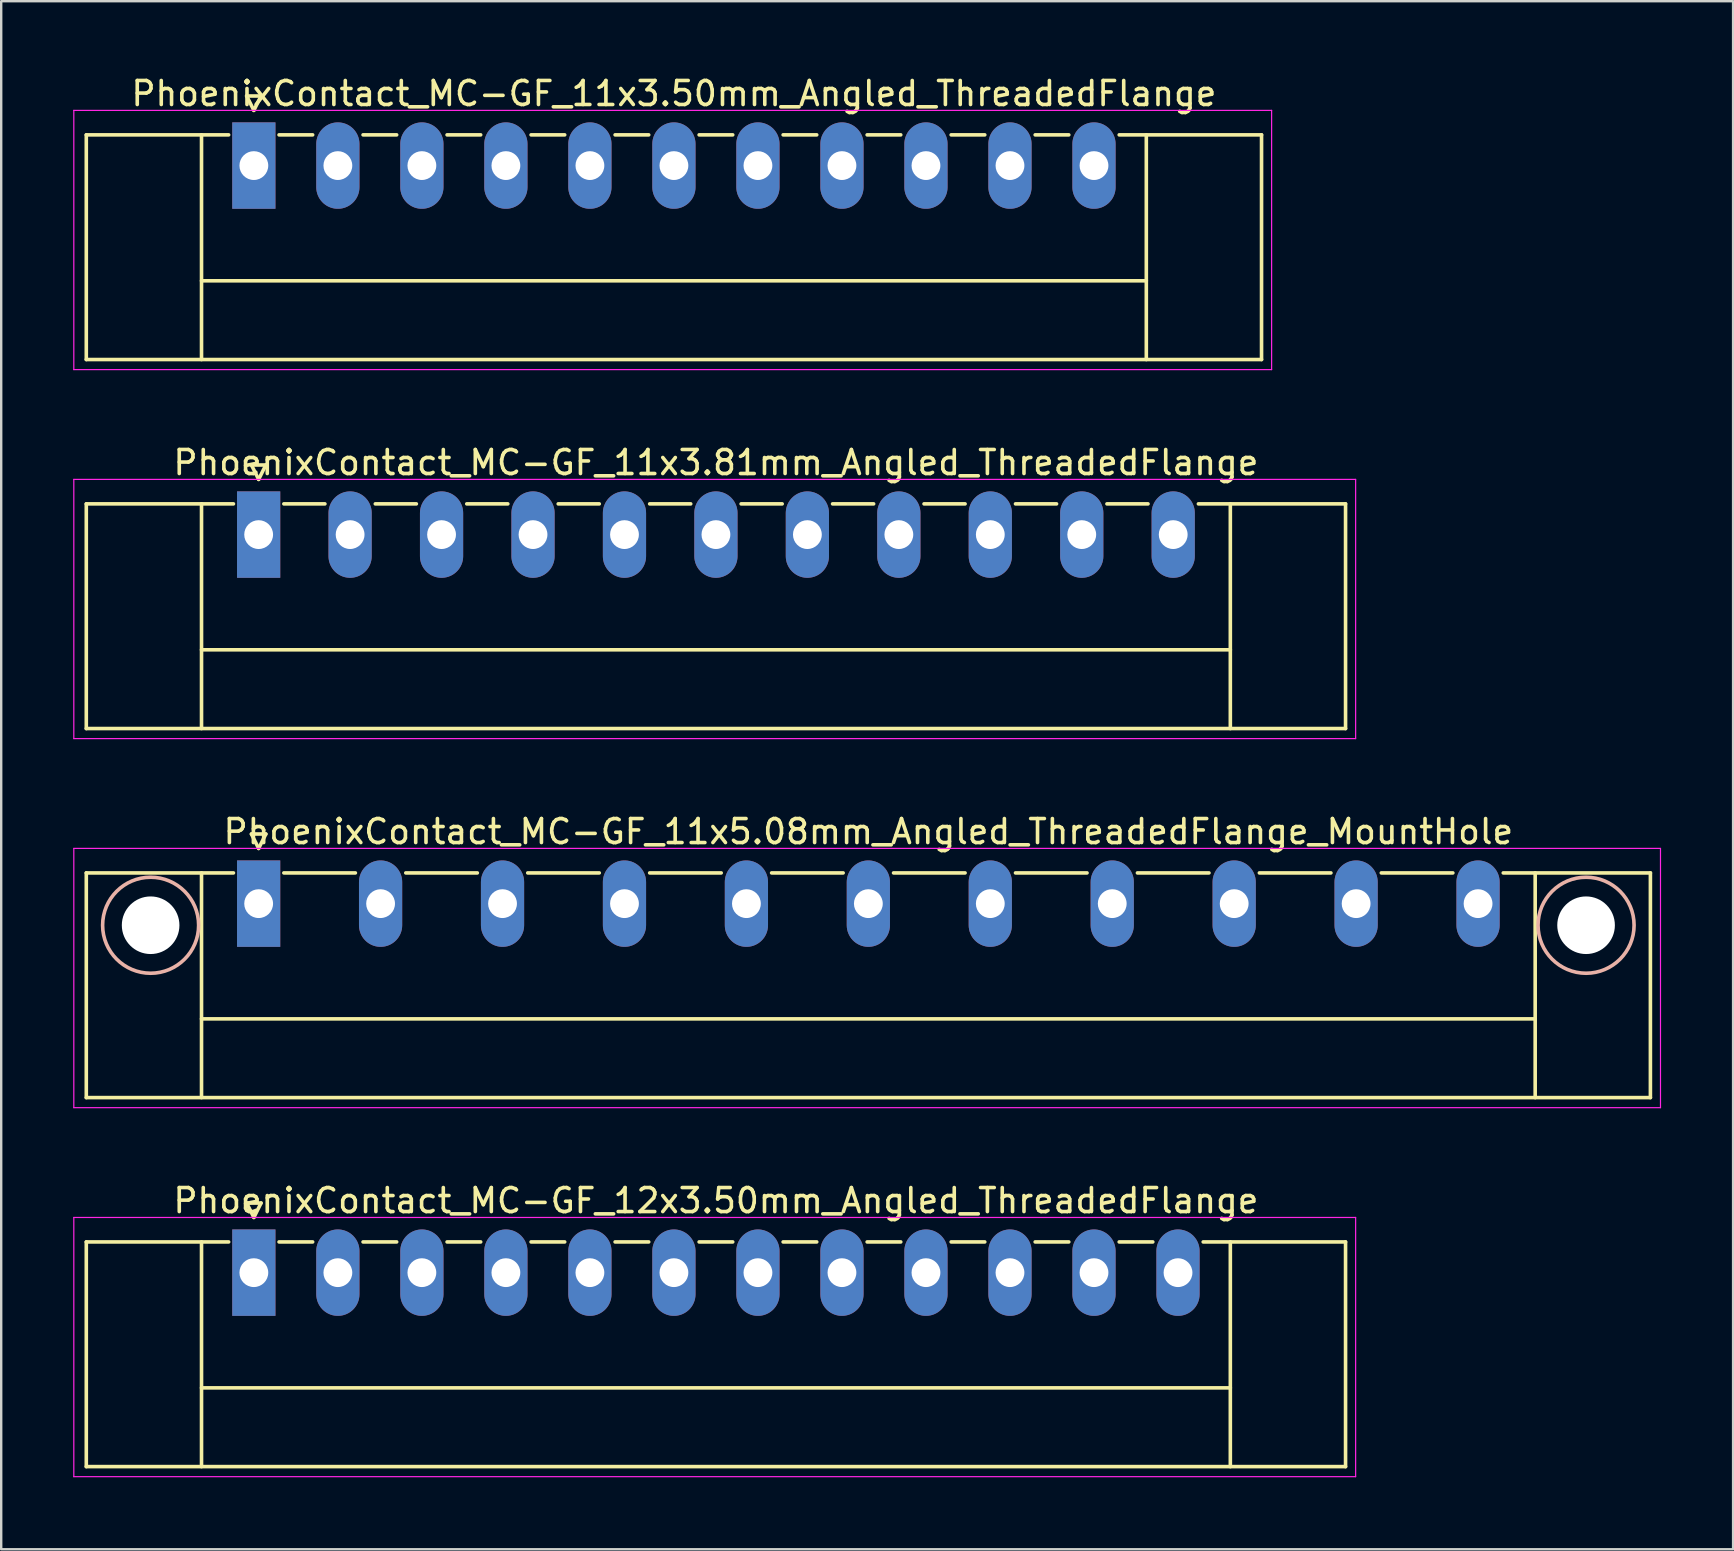
<source format=kicad_pcb>
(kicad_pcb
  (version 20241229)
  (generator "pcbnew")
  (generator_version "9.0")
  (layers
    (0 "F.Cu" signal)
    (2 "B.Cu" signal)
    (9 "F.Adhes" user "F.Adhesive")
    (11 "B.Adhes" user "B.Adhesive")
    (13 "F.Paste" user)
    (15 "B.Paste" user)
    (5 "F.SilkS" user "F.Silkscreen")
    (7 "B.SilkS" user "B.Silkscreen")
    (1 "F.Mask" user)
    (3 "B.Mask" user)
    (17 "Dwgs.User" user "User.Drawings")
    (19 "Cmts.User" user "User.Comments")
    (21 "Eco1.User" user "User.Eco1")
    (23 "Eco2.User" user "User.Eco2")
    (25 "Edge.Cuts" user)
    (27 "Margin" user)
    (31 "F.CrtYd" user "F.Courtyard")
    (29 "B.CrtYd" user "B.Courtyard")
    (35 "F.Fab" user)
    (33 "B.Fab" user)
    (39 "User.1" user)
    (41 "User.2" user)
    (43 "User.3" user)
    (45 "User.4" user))
  (footprint "PhoenixContact_MC-GF_12x3.50mm_Angled_ThreadedFlange"
    (layer "F.Cu")
    (at 7.525 49.968)
    (property "Reference" "PhoenixContact_MC-GF_12x3.50mm_Angled_ThreadedFlange" (at 19.25 -3 0) (layer "F.SilkS") (effects (font (size 1 1) (thickness 0.15))))
    (attr through_hole)
    (fp_line (start -6.98 -1.28) (end -6.98 8.08) (stroke (width 0.15) (type solid)) (layer "F.SilkS"))
    (fp_line (start -6.98 -1.28) (end -1.05 -1.28) (stroke (width 0.15) (type solid)) (layer "F.SilkS"))
    (fp_line (start -6.98 8.08) (end 45.48 8.08) (stroke (width 0.15) (type solid)) (layer "F.SilkS"))
    (fp_line (start -2.18 -1.28) (end -2.18 8.08) (stroke (width 0.15) (type solid)) (layer "F.SilkS"))
    (fp_line (start -2.18 4.8) (end 40.68 4.8) (stroke (width 0.15) (type solid)) (layer "F.SilkS"))
    (fp_line (start -0.3 -2.9) (end 0 -2.3) (stroke (width 0.15) (type solid)) (layer "F.SilkS"))
    (fp_line (start 0 -2.3) (end 0.3 -2.9) (stroke (width 0.15) (type solid)) (layer "F.SilkS"))
    (fp_line (start 0.3 -2.9) (end -0.3 -2.9) (stroke (width 0.15) (type solid)) (layer "F.SilkS"))
    (fp_line (start 1.05 -1.28) (end 2.45 -1.28) (stroke (width 0.15) (type solid)) (layer "F.SilkS"))
    (fp_line (start 4.55 -1.28) (end 5.95 -1.28) (stroke (width 0.15) (type solid)) (layer "F.SilkS"))
    (fp_line (start 8.05 -1.28) (end 9.45 -1.28) (stroke (width 0.15) (type solid)) (layer "F.SilkS"))
    (fp_line (start 11.55 -1.28) (end 12.95 -1.28) (stroke (width 0.15) (type solid)) (layer "F.SilkS"))
    (fp_line (start 15.05 -1.28) (end 16.45 -1.28) (stroke (width 0.15) (type solid)) (layer "F.SilkS"))
    (fp_line (start 18.55 -1.28) (end 19.95 -1.28) (stroke (width 0.15) (type solid)) (layer "F.SilkS"))
    (fp_line (start 22.05 -1.28) (end 23.45 -1.28) (stroke (width 0.15) (type solid)) (layer "F.SilkS"))
    (fp_line (start 25.55 -1.28) (end 26.95 -1.28) (stroke (width 0.15) (type solid)) (layer "F.SilkS"))
    (fp_line (start 29.05 -1.28) (end 30.45 -1.28) (stroke (width 0.15) (type solid)) (layer "F.SilkS"))
    (fp_line (start 32.55 -1.28) (end 33.95 -1.28) (stroke (width 0.15) (type solid)) (layer "F.SilkS"))
    (fp_line (start 36.05 -1.28) (end 37.45 -1.28) (stroke (width 0.15) (type solid)) (layer "F.SilkS"))
    (fp_line (start 40.68 -1.28) (end 40.68 8.08) (stroke (width 0.15) (type solid)) (layer "F.SilkS"))
    (fp_line (start 45.48 -1.28) (end 39.55 -1.28) (stroke (width 0.15) (type solid)) (layer "F.SilkS"))
    (fp_line (start 45.48 8.08) (end 45.48 -1.28) (stroke (width 0.15) (type solid)) (layer "F.SilkS"))
    (fp_line (start -7.5 -2.3) (end -7.5 8.5) (stroke (width 0.05) (type solid)) (layer "F.CrtYd"))
    (fp_line (start -7.5 8.5) (end 45.9 8.5) (stroke (width 0.05) (type solid)) (layer "F.CrtYd"))
    (fp_line (start 45.9 -2.3) (end -7.5 -2.3) (stroke (width 0.05) (type solid)) (layer "F.CrtYd"))
    (fp_line (start 45.9 8.5) (end 45.9 -2.3) (stroke (width 0.05) (type solid)) (layer "F.CrtYd"))
    (pad "1" thru_hole rect (at 0 0) (size 1.8 3.6) (drill 1.2) (layers "*.Cu" "*.Mask"))
    (pad "2" thru_hole oval (at 3.5 0) (size 1.8 3.6) (drill 1.2) (layers "*.Cu" "*.Mask"))
    (pad "3" thru_hole oval (at 7 0) (size 1.8 3.6) (drill 1.2) (layers "*.Cu" "*.Mask"))
    (pad "4" thru_hole oval (at 10.5 0) (size 1.8 3.6) (drill 1.2) (layers "*.Cu" "*.Mask"))
    (pad "5" thru_hole oval (at 14 0) (size 1.8 3.6) (drill 1.2) (layers "*.Cu" "*.Mask"))
    (pad "6" thru_hole oval (at 17.5 0) (size 1.8 3.6) (drill 1.2) (layers "*.Cu" "*.Mask"))
    (pad "7" thru_hole oval (at 21 0) (size 1.8 3.6) (drill 1.2) (layers "*.Cu" "*.Mask"))
    (pad "8" thru_hole oval (at 24.5 0) (size 1.8 3.6) (drill 1.2) (layers "*.Cu" "*.Mask"))
    (pad "9" thru_hole oval (at 28 0) (size 1.8 3.6) (drill 1.2) (layers "*.Cu" "*.Mask"))
    (pad "10" thru_hole oval (at 31.5 0) (size 1.8 3.6) (drill 1.2) (layers "*.Cu" "*.Mask"))
    (pad "11" thru_hole oval (at 35 0) (size 1.8 3.6) (drill 1.2) (layers "*.Cu" "*.Mask"))
    (pad "12" thru_hole oval (at 38.5 0) (size 1.8 3.6) (drill 1.2) (layers "*.Cu" "*.Mask")))
  (footprint "PhoenixContact_MC-GF_11x3.81mm_Angled_ThreadedFlange"
    (layer "F.Cu")
    (at 7.725 19.221)
    (property "Reference" "PhoenixContact_MC-GF_11x3.81mm_Angled_ThreadedFlange" (at 19.05 -3 0) (layer "F.SilkS") (effects (font (size 1 1) (thickness 0.15))))
    (attr through_hole)
    (fp_line (start -7.18 -1.28) (end -7.18 8.08) (stroke (width 0.15) (type solid)) (layer "F.SilkS"))
    (fp_line (start -7.18 -1.28) (end -1.05 -1.28) (stroke (width 0.15) (type solid)) (layer "F.SilkS"))
    (fp_line (start -7.18 8.08) (end 45.28 8.08) (stroke (width 0.15) (type solid)) (layer "F.SilkS"))
    (fp_line (start -2.38 -1.28) (end -2.38 8.08) (stroke (width 0.15) (type solid)) (layer "F.SilkS"))
    (fp_line (start -2.38 4.8) (end 40.48 4.8) (stroke (width 0.15) (type solid)) (layer "F.SilkS"))
    (fp_line (start -0.3 -2.9) (end 0 -2.3) (stroke (width 0.15) (type solid)) (layer "F.SilkS"))
    (fp_line (start 0 -2.3) (end 0.3 -2.9) (stroke (width 0.15) (type solid)) (layer "F.SilkS"))
    (fp_line (start 0.3 -2.9) (end -0.3 -2.9) (stroke (width 0.15) (type solid)) (layer "F.SilkS"))
    (fp_line (start 1.05 -1.28) (end 2.76 -1.28) (stroke (width 0.15) (type solid)) (layer "F.SilkS"))
    (fp_line (start 4.86 -1.28) (end 6.57 -1.28) (stroke (width 0.15) (type solid)) (layer "F.SilkS"))
    (fp_line (start 8.67 -1.28) (end 10.38 -1.28) (stroke (width 0.15) (type solid)) (layer "F.SilkS"))
    (fp_line (start 12.48 -1.28) (end 14.19 -1.28) (stroke (width 0.15) (type solid)) (layer "F.SilkS"))
    (fp_line (start 16.29 -1.28) (end 18 -1.28) (stroke (width 0.15) (type solid)) (layer "F.SilkS"))
    (fp_line (start 20.1 -1.28) (end 21.81 -1.28) (stroke (width 0.15) (type solid)) (layer "F.SilkS"))
    (fp_line (start 23.91 -1.28) (end 25.62 -1.28) (stroke (width 0.15) (type solid)) (layer "F.SilkS"))
    (fp_line (start 27.72 -1.28) (end 29.43 -1.28) (stroke (width 0.15) (type solid)) (layer "F.SilkS"))
    (fp_line (start 31.53 -1.28) (end 33.24 -1.28) (stroke (width 0.15) (type solid)) (layer "F.SilkS"))
    (fp_line (start 35.34 -1.28) (end 37.05 -1.28) (stroke (width 0.15) (type solid)) (layer "F.SilkS"))
    (fp_line (start 40.48 -1.28) (end 40.48 8.08) (stroke (width 0.15) (type solid)) (layer "F.SilkS"))
    (fp_line (start 45.28 -1.28) (end 39.15 -1.28) (stroke (width 0.15) (type solid)) (layer "F.SilkS"))
    (fp_line (start 45.28 8.08) (end 45.28 -1.28) (stroke (width 0.15) (type solid)) (layer "F.SilkS"))
    (fp_line (start -7.7 -2.3) (end -7.7 8.5) (stroke (width 0.05) (type solid)) (layer "F.CrtYd"))
    (fp_line (start -7.7 8.5) (end 45.7 8.5) (stroke (width 0.05) (type solid)) (layer "F.CrtYd"))
    (fp_line (start 45.7 -2.3) (end -7.7 -2.3) (stroke (width 0.05) (type solid)) (layer "F.CrtYd"))
    (fp_line (start 45.7 8.5) (end 45.7 -2.3) (stroke (width 0.05) (type solid)) (layer "F.CrtYd"))
    (pad "1" thru_hole rect (at 0 0) (size 1.8 3.6) (drill 1.2) (layers "*.Cu" "*.Mask"))
    (pad "2" thru_hole oval (at 3.81 0) (size 1.8 3.6) (drill 1.2) (layers "*.Cu" "*.Mask"))
    (pad "3" thru_hole oval (at 7.62 0) (size 1.8 3.6) (drill 1.2) (layers "*.Cu" "*.Mask"))
    (pad "4" thru_hole oval (at 11.43 0) (size 1.8 3.6) (drill 1.2) (layers "*.Cu" "*.Mask"))
    (pad "5" thru_hole oval (at 15.24 0) (size 1.8 3.6) (drill 1.2) (layers "*.Cu" "*.Mask"))
    (pad "6" thru_hole oval (at 19.05 0) (size 1.8 3.6) (drill 1.2) (layers "*.Cu" "*.Mask"))
    (pad "7" thru_hole oval (at 22.86 0) (size 1.8 3.6) (drill 1.2) (layers "*.Cu" "*.Mask"))
    (pad "8" thru_hole oval (at 26.67 0) (size 1.8 3.6) (drill 1.2) (layers "*.Cu" "*.Mask"))
    (pad "9" thru_hole oval (at 30.48 0) (size 1.8 3.6) (drill 1.2) (layers "*.Cu" "*.Mask"))
    (pad "10" thru_hole oval (at 34.29 0) (size 1.8 3.6) (drill 1.2) (layers "*.Cu" "*.Mask"))
    (pad "11" thru_hole oval (at 38.1 0) (size 1.8 3.6) (drill 1.2) (layers "*.Cu" "*.Mask")))
  (footprint "PhoenixContact_MC-GF_11x3.50mm_Angled_ThreadedFlange"
    (layer "F.Cu")
    (at 7.525 3.848)
    (property "Reference" "PhoenixContact_MC-GF_11x3.50mm_Angled_ThreadedFlange" (at 17.5 -3 0) (layer "F.SilkS") (effects (font (size 1 1) (thickness 0.15))))
    (attr through_hole)
    (fp_line (start -6.98 -1.28) (end -6.98 8.08) (stroke (width 0.15) (type solid)) (layer "F.SilkS"))
    (fp_line (start -6.98 -1.28) (end -1.05 -1.28) (stroke (width 0.15) (type solid)) (layer "F.SilkS"))
    (fp_line (start -6.98 8.08) (end 41.98 8.08) (stroke (width 0.15) (type solid)) (layer "F.SilkS"))
    (fp_line (start -2.18 -1.28) (end -2.18 8.08) (stroke (width 0.15) (type solid)) (layer "F.SilkS"))
    (fp_line (start -2.18 4.8) (end 37.18 4.8) (stroke (width 0.15) (type solid)) (layer "F.SilkS"))
    (fp_line (start -0.3 -2.9) (end 0 -2.3) (stroke (width 0.15) (type solid)) (layer "F.SilkS"))
    (fp_line (start 0 -2.3) (end 0.3 -2.9) (stroke (width 0.15) (type solid)) (layer "F.SilkS"))
    (fp_line (start 0.3 -2.9) (end -0.3 -2.9) (stroke (width 0.15) (type solid)) (layer "F.SilkS"))
    (fp_line (start 1.05 -1.28) (end 2.45 -1.28) (stroke (width 0.15) (type solid)) (layer "F.SilkS"))
    (fp_line (start 4.55 -1.28) (end 5.95 -1.28) (stroke (width 0.15) (type solid)) (layer "F.SilkS"))
    (fp_line (start 8.05 -1.28) (end 9.45 -1.28) (stroke (width 0.15) (type solid)) (layer "F.SilkS"))
    (fp_line (start 11.55 -1.28) (end 12.95 -1.28) (stroke (width 0.15) (type solid)) (layer "F.SilkS"))
    (fp_line (start 15.05 -1.28) (end 16.45 -1.28) (stroke (width 0.15) (type solid)) (layer "F.SilkS"))
    (fp_line (start 18.55 -1.28) (end 19.95 -1.28) (stroke (width 0.15) (type solid)) (layer "F.SilkS"))
    (fp_line (start 22.05 -1.28) (end 23.45 -1.28) (stroke (width 0.15) (type solid)) (layer "F.SilkS"))
    (fp_line (start 25.55 -1.28) (end 26.95 -1.28) (stroke (width 0.15) (type solid)) (layer "F.SilkS"))
    (fp_line (start 29.05 -1.28) (end 30.45 -1.28) (stroke (width 0.15) (type solid)) (layer "F.SilkS"))
    (fp_line (start 32.55 -1.28) (end 33.95 -1.28) (stroke (width 0.15) (type solid)) (layer "F.SilkS"))
    (fp_line (start 37.18 -1.28) (end 37.18 8.08) (stroke (width 0.15) (type solid)) (layer "F.SilkS"))
    (fp_line (start 41.98 -1.28) (end 36.05 -1.28) (stroke (width 0.15) (type solid)) (layer "F.SilkS"))
    (fp_line (start 41.98 8.08) (end 41.98 -1.28) (stroke (width 0.15) (type solid)) (layer "F.SilkS"))
    (fp_line (start -7.5 -2.3) (end -7.5 8.5) (stroke (width 0.05) (type solid)) (layer "F.CrtYd"))
    (fp_line (start -7.5 8.5) (end 42.4 8.5) (stroke (width 0.05) (type solid)) (layer "F.CrtYd"))
    (fp_line (start 42.4 -2.3) (end -7.5 -2.3) (stroke (width 0.05) (type solid)) (layer "F.CrtYd"))
    (fp_line (start 42.4 8.5) (end 42.4 -2.3) (stroke (width 0.05) (type solid)) (layer "F.CrtYd"))
    (pad "1" thru_hole rect (at 0 0) (size 1.8 3.6) (drill 1.2) (layers "*.Cu" "*.Mask"))
    (pad "2" thru_hole oval (at 3.5 0) (size 1.8 3.6) (drill 1.2) (layers "*.Cu" "*.Mask"))
    (pad "3" thru_hole oval (at 7 0) (size 1.8 3.6) (drill 1.2) (layers "*.Cu" "*.Mask"))
    (pad "4" thru_hole oval (at 10.5 0) (size 1.8 3.6) (drill 1.2) (layers "*.Cu" "*.Mask"))
    (pad "5" thru_hole oval (at 14 0) (size 1.8 3.6) (drill 1.2) (layers "*.Cu" "*.Mask"))
    (pad "6" thru_hole oval (at 17.5 0) (size 1.8 3.6) (drill 1.2) (layers "*.Cu" "*.Mask"))
    (pad "7" thru_hole oval (at 21 0) (size 1.8 3.6) (drill 1.2) (layers "*.Cu" "*.Mask"))
    (pad "8" thru_hole oval (at 24.5 0) (size 1.8 3.6) (drill 1.2) (layers "*.Cu" "*.Mask"))
    (pad "9" thru_hole oval (at 28 0) (size 1.8 3.6) (drill 1.2) (layers "*.Cu" "*.Mask"))
    (pad "10" thru_hole oval (at 31.5 0) (size 1.8 3.6) (drill 1.2) (layers "*.Cu" "*.Mask"))
    (pad "11" thru_hole oval (at 35 0) (size 1.8 3.6) (drill 1.2) (layers "*.Cu" "*.Mask")))
  (footprint "PhoenixContact_MC-GF_11x5.08mm_Angled_ThreadedFlange_MountHole"
    (layer "F.Cu")
    (at 7.725 34.595)
    (property "Reference" "PhoenixContact_MC-GF_11x5.08mm_Angled_ThreadedFlange_MountHole" (at 25.4 -3 0) (layer "F.SilkS") (effects (font (size 1 1) (thickness 0.15))))
    (attr through_hole)
    (fp_line (start -7.18 -1.28) (end -7.18 8.08) (stroke (width 0.15) (type solid)) (layer "F.SilkS"))
    (fp_line (start -7.18 -1.28) (end -1.05 -1.28) (stroke (width 0.15) (type solid)) (layer "F.SilkS"))
    (fp_line (start -7.18 8.08) (end 57.98 8.08) (stroke (width 0.15) (type solid)) (layer "F.SilkS"))
    (fp_line (start -2.38 -1.28) (end -2.38 8.08) (stroke (width 0.15) (type solid)) (layer "F.SilkS"))
    (fp_line (start -2.38 4.8) (end 53.18 4.8) (stroke (width 0.15) (type solid)) (layer "F.SilkS"))
    (fp_line (start -0.3 -2.9) (end 0 -2.3) (stroke (width 0.15) (type solid)) (layer "F.SilkS"))
    (fp_line (start 0 -2.3) (end 0.3 -2.9) (stroke (width 0.15) (type solid)) (layer "F.SilkS"))
    (fp_line (start 0.3 -2.9) (end -0.3 -2.9) (stroke (width 0.15) (type solid)) (layer "F.SilkS"))
    (fp_line (start 1.05 -1.28) (end 4.03 -1.28) (stroke (width 0.15) (type solid)) (layer "F.SilkS"))
    (fp_line (start 6.13 -1.28) (end 9.11 -1.28) (stroke (width 0.15) (type solid)) (layer "F.SilkS"))
    (fp_line (start 11.21 -1.28) (end 14.19 -1.28) (stroke (width 0.15) (type solid)) (layer "F.SilkS"))
    (fp_line (start 16.29 -1.28) (end 19.27 -1.28) (stroke (width 0.15) (type solid)) (layer "F.SilkS"))
    (fp_line (start 21.37 -1.28) (end 24.35 -1.28) (stroke (width 0.15) (type solid)) (layer "F.SilkS"))
    (fp_line (start 26.45 -1.28) (end 29.43 -1.28) (stroke (width 0.15) (type solid)) (layer "F.SilkS"))
    (fp_line (start 31.53 -1.28) (end 34.51 -1.28) (stroke (width 0.15) (type solid)) (layer "F.SilkS"))
    (fp_line (start 36.61 -1.28) (end 39.59 -1.28) (stroke (width 0.15) (type solid)) (layer "F.SilkS"))
    (fp_line (start 41.69 -1.28) (end 44.67 -1.28) (stroke (width 0.15) (type solid)) (layer "F.SilkS"))
    (fp_line (start 46.77 -1.28) (end 49.75 -1.28) (stroke (width 0.15) (type solid)) (layer "F.SilkS"))
    (fp_line (start 53.18 -1.28) (end 53.18 8.08) (stroke (width 0.15) (type solid)) (layer "F.SilkS"))
    (fp_line (start 57.98 -1.28) (end 51.85 -1.28) (stroke (width 0.15) (type solid)) (layer "F.SilkS"))
    (fp_line (start 57.98 8.08) (end 57.98 -1.28) (stroke (width 0.15) (type solid)) (layer "F.SilkS"))
    (fp_circle (center -4.5 0.9) (end -2.5 0.9) (stroke (width 0.15) (type solid)) (fill no) (layer "B.SilkS"))
    (fp_circle (center 55.3 0.9) (end 57.3 0.9) (stroke (width 0.15) (type solid)) (fill no) (layer "B.SilkS"))
    (fp_line (start -7.7 -2.3) (end -7.7 8.5) (stroke (width 0.05) (type solid)) (layer "F.CrtYd"))
    (fp_line (start -7.7 8.5) (end 58.4 8.5) (stroke (width 0.05) (type solid)) (layer "F.CrtYd"))
    (fp_line (start 58.4 -2.3) (end -7.7 -2.3) (stroke (width 0.05) (type solid)) (layer "F.CrtYd"))
    (fp_line (start 58.4 8.5) (end 58.4 -2.3) (stroke (width 0.05) (type solid)) (layer "F.CrtYd"))
    (pad "" np_thru_hole circle (at -4.5 0.9) (size 2.4 2.4) (drill 2.4) (layers "*.Cu" "*.Mask"))
    (pad "" np_thru_hole circle (at 55.3 0.9) (size 2.4 2.4) (drill 2.4) (layers "*.Cu" "*.Mask"))
    (pad "1" thru_hole rect (at 0 0) (size 1.8 3.6) (drill 1.2) (layers "*.Cu" "*.Mask"))
    (pad "2" thru_hole oval (at 5.08 0) (size 1.8 3.6) (drill 1.2) (layers "*.Cu" "*.Mask"))
    (pad "3" thru_hole oval (at 10.16 0) (size 1.8 3.6) (drill 1.2) (layers "*.Cu" "*.Mask"))
    (pad "4" thru_hole oval (at 15.24 0) (size 1.8 3.6) (drill 1.2) (layers "*.Cu" "*.Mask"))
    (pad "5" thru_hole oval (at 20.32 0) (size 1.8 3.6) (drill 1.2) (layers "*.Cu" "*.Mask"))
    (pad "6" thru_hole oval (at 25.4 0) (size 1.8 3.6) (drill 1.2) (layers "*.Cu" "*.Mask"))
    (pad "7" thru_hole oval (at 30.48 0) (size 1.8 3.6) (drill 1.2) (layers "*.Cu" "*.Mask"))
    (pad "8" thru_hole oval (at 35.56 0) (size 1.8 3.6) (drill 1.2) (layers "*.Cu" "*.Mask"))
    (pad "9" thru_hole oval (at 40.64 0) (size 1.8 3.6) (drill 1.2) (layers "*.Cu" "*.Mask"))
    (pad "10" thru_hole oval (at 45.72 0) (size 1.8 3.6) (drill 1.2) (layers "*.Cu" "*.Mask"))
    (pad "11" thru_hole oval (at 50.8 0) (size 1.8 3.6) (drill 1.2) (layers "*.Cu" "*.Mask")))
  (gr_rect
    (start -3 -3)
    (end 69.15 61.493)
    (stroke (width 0.1) (type default))
    (fill no)
    (layer "Edge.Cuts")))
</source>
